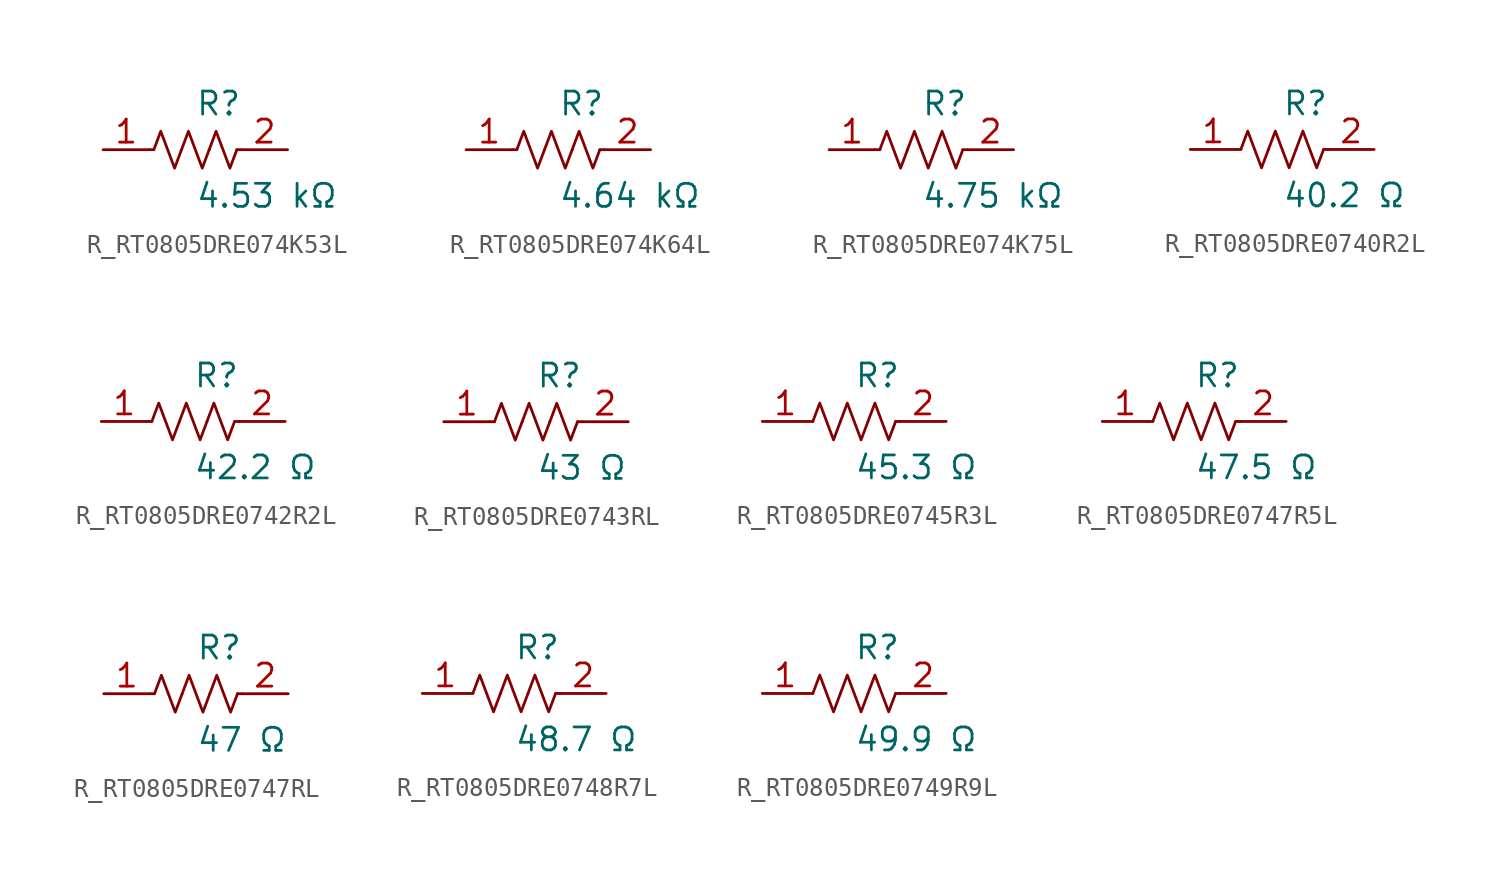
<source format=kicad_sym>
(kicad_symbol_lib
  (version 20231120)
  (generator kicad_symbol_editor)
  (generator_version 8.0)
  (symbol "R_RT0805DRE074K53L"
    (pin_names
      (offset 0.254))
    (property "Reference" "R"
      (at 0.0 2.54 0)
      (effects (font (size 1.27 1.27)) (justify left)))
    (property "Value" "4.53 kΩ"
      (at 0.0 -2.54 0)
      (effects (font (size 1.27 1.27)) (justify left)))
    (symbol "R_RT0805DRE074K53L_0_1"
      (polyline (pts (xy 2.286 0) (xy 2.54 0)) (stroke (width 0) (type default)) (fill (type none)))
      (polyline (pts (xy -2.286 0) (xy -2.54 0)) (stroke (width 0) (type default)) (fill (type none)))
      (polyline (pts (xy 0.762 0) (xy 1.143 1.016) (xy 1.524 0) (xy 1.905 -1.016) (xy 2.286 0)) (stroke (width 0) (type default)) (fill (type none)))
      (polyline (pts (xy -0.762 0) (xy -0.381 1.016) (xy 0 0) (xy 0.381 -1.016) (xy 0.762 0)) (stroke (width 0) (type default)) (fill (type none)))
      (polyline (pts (xy -2.286 0) (xy -1.905 1.016) (xy -1.524 0) (xy -1.143 -1.016) (xy -0.762 0)) (stroke (width 0) (type default)) (fill (type none))))
    (pin unspecified line
      (at -5.08 0 0)
      (length 2.54)
      (name "" (effects (font (size 1.27 1.27))))
      (number "1" (effects (font (size 1.27 1.27)))))
    (pin unspecified line
      (at 5.08 0 180)
      (length 2.54)
      (name "" (effects (font (size 1.27 1.27))))
      (number "2" (effects (font (size 1.27 1.27))))))
  (symbol "R_RT0805DRE074K64L"
    (pin_names
      (offset 0.254))
    (property "Reference" "R"
      (at 0.0 2.54 0)
      (effects (font (size 1.27 1.27)) (justify left)))
    (property "Value" "4.64 kΩ"
      (at 0.0 -2.54 0)
      (effects (font (size 1.27 1.27)) (justify left)))
    (symbol "R_RT0805DRE074K64L_0_1"
      (polyline (pts (xy 2.286 0) (xy 2.54 0)) (stroke (width 0) (type default)) (fill (type none)))
      (polyline (pts (xy -2.286 0) (xy -2.54 0)) (stroke (width 0) (type default)) (fill (type none)))
      (polyline (pts (xy 0.762 0) (xy 1.143 1.016) (xy 1.524 0) (xy 1.905 -1.016) (xy 2.286 0)) (stroke (width 0) (type default)) (fill (type none)))
      (polyline (pts (xy -0.762 0) (xy -0.381 1.016) (xy 0 0) (xy 0.381 -1.016) (xy 0.762 0)) (stroke (width 0) (type default)) (fill (type none)))
      (polyline (pts (xy -2.286 0) (xy -1.905 1.016) (xy -1.524 0) (xy -1.143 -1.016) (xy -0.762 0)) (stroke (width 0) (type default)) (fill (type none))))
    (pin unspecified line
      (at -5.08 0 0)
      (length 2.54)
      (name "" (effects (font (size 1.27 1.27))))
      (number "1" (effects (font (size 1.27 1.27)))))
    (pin unspecified line
      (at 5.08 0 180)
      (length 2.54)
      (name "" (effects (font (size 1.27 1.27))))
      (number "2" (effects (font (size 1.27 1.27))))))
  (symbol "R_RT0805DRE074K75L"
    (pin_names
      (offset 0.254))
    (property "Reference" "R"
      (at 0.0 2.54 0)
      (effects (font (size 1.27 1.27)) (justify left)))
    (property "Value" "4.75 kΩ"
      (at 0.0 -2.54 0)
      (effects (font (size 1.27 1.27)) (justify left)))
    (symbol "R_RT0805DRE074K75L_0_1"
      (polyline (pts (xy 2.286 0) (xy 2.54 0)) (stroke (width 0) (type default)) (fill (type none)))
      (polyline (pts (xy -2.286 0) (xy -2.54 0)) (stroke (width 0) (type default)) (fill (type none)))
      (polyline (pts (xy 0.762 0) (xy 1.143 1.016) (xy 1.524 0) (xy 1.905 -1.016) (xy 2.286 0)) (stroke (width 0) (type default)) (fill (type none)))
      (polyline (pts (xy -0.762 0) (xy -0.381 1.016) (xy 0 0) (xy 0.381 -1.016) (xy 0.762 0)) (stroke (width 0) (type default)) (fill (type none)))
      (polyline (pts (xy -2.286 0) (xy -1.905 1.016) (xy -1.524 0) (xy -1.143 -1.016) (xy -0.762 0)) (stroke (width 0) (type default)) (fill (type none))))
    (pin unspecified line
      (at -5.08 0 0)
      (length 2.54)
      (name "" (effects (font (size 1.27 1.27))))
      (number "1" (effects (font (size 1.27 1.27)))))
    (pin unspecified line
      (at 5.08 0 180)
      (length 2.54)
      (name "" (effects (font (size 1.27 1.27))))
      (number "2" (effects (font (size 1.27 1.27))))))
  (symbol "R_RT0805DRE0740R2L"
    (pin_names
      (offset 0.254))
    (property "Reference" "R"
      (at 0.0 2.54 0)
      (effects (font (size 1.27 1.27)) (justify left)))
    (property "Value" "40.2 Ω"
      (at 0.0 -2.54 0)
      (effects (font (size 1.27 1.27)) (justify left)))
    (symbol "R_RT0805DRE0740R2L_0_1"
      (polyline (pts (xy 2.286 0) (xy 2.54 0)) (stroke (width 0) (type default)) (fill (type none)))
      (polyline (pts (xy -2.286 0) (xy -2.54 0)) (stroke (width 0) (type default)) (fill (type none)))
      (polyline (pts (xy 0.762 0) (xy 1.143 1.016) (xy 1.524 0) (xy 1.905 -1.016) (xy 2.286 0)) (stroke (width 0) (type default)) (fill (type none)))
      (polyline (pts (xy -0.762 0) (xy -0.381 1.016) (xy 0 0) (xy 0.381 -1.016) (xy 0.762 0)) (stroke (width 0) (type default)) (fill (type none)))
      (polyline (pts (xy -2.286 0) (xy -1.905 1.016) (xy -1.524 0) (xy -1.143 -1.016) (xy -0.762 0)) (stroke (width 0) (type default)) (fill (type none))))
    (pin unspecified line
      (at -5.08 0 0)
      (length 2.54)
      (name "" (effects (font (size 1.27 1.27))))
      (number "1" (effects (font (size 1.27 1.27)))))
    (pin unspecified line
      (at 5.08 0 180)
      (length 2.54)
      (name "" (effects (font (size 1.27 1.27))))
      (number "2" (effects (font (size 1.27 1.27))))))
  (symbol "R_RT0805DRE0742R2L"
    (pin_names
      (offset 0.254))
    (property "Reference" "R"
      (at 0.0 2.54 0)
      (effects (font (size 1.27 1.27)) (justify left)))
    (property "Value" "42.2 Ω"
      (at 0.0 -2.54 0)
      (effects (font (size 1.27 1.27)) (justify left)))
    (symbol "R_RT0805DRE0742R2L_0_1"
      (polyline (pts (xy 2.286 0) (xy 2.54 0)) (stroke (width 0) (type default)) (fill (type none)))
      (polyline (pts (xy -2.286 0) (xy -2.54 0)) (stroke (width 0) (type default)) (fill (type none)))
      (polyline (pts (xy 0.762 0) (xy 1.143 1.016) (xy 1.524 0) (xy 1.905 -1.016) (xy 2.286 0)) (stroke (width 0) (type default)) (fill (type none)))
      (polyline (pts (xy -0.762 0) (xy -0.381 1.016) (xy 0 0) (xy 0.381 -1.016) (xy 0.762 0)) (stroke (width 0) (type default)) (fill (type none)))
      (polyline (pts (xy -2.286 0) (xy -1.905 1.016) (xy -1.524 0) (xy -1.143 -1.016) (xy -0.762 0)) (stroke (width 0) (type default)) (fill (type none))))
    (pin unspecified line
      (at -5.08 0 0)
      (length 2.54)
      (name "" (effects (font (size 1.27 1.27))))
      (number "1" (effects (font (size 1.27 1.27)))))
    (pin unspecified line
      (at 5.08 0 180)
      (length 2.54)
      (name "" (effects (font (size 1.27 1.27))))
      (number "2" (effects (font (size 1.27 1.27))))))
  (symbol "R_RT0805DRE0743RL"
    (pin_names
      (offset 0.254))
    (property "Reference" "R"
      (at 0.0 2.54 0)
      (effects (font (size 1.27 1.27)) (justify left)))
    (property "Value" "43 Ω"
      (at 0.0 -2.54 0)
      (effects (font (size 1.27 1.27)) (justify left)))
    (symbol "R_RT0805DRE0743RL_0_1"
      (polyline (pts (xy 2.286 0) (xy 2.54 0)) (stroke (width 0) (type default)) (fill (type none)))
      (polyline (pts (xy -2.286 0) (xy -2.54 0)) (stroke (width 0) (type default)) (fill (type none)))
      (polyline (pts (xy 0.762 0) (xy 1.143 1.016) (xy 1.524 0) (xy 1.905 -1.016) (xy 2.286 0)) (stroke (width 0) (type default)) (fill (type none)))
      (polyline (pts (xy -0.762 0) (xy -0.381 1.016) (xy 0 0) (xy 0.381 -1.016) (xy 0.762 0)) (stroke (width 0) (type default)) (fill (type none)))
      (polyline (pts (xy -2.286 0) (xy -1.905 1.016) (xy -1.524 0) (xy -1.143 -1.016) (xy -0.762 0)) (stroke (width 0) (type default)) (fill (type none))))
    (pin unspecified line
      (at -5.08 0 0)
      (length 2.54)
      (name "" (effects (font (size 1.27 1.27))))
      (number "1" (effects (font (size 1.27 1.27)))))
    (pin unspecified line
      (at 5.08 0 180)
      (length 2.54)
      (name "" (effects (font (size 1.27 1.27))))
      (number "2" (effects (font (size 1.27 1.27))))))
  (symbol "R_RT0805DRE0745R3L"
    (pin_names
      (offset 0.254))
    (property "Reference" "R"
      (at 0.0 2.54 0)
      (effects (font (size 1.27 1.27)) (justify left)))
    (property "Value" "45.3 Ω"
      (at 0.0 -2.54 0)
      (effects (font (size 1.27 1.27)) (justify left)))
    (symbol "R_RT0805DRE0745R3L_0_1"
      (polyline (pts (xy 2.286 0) (xy 2.54 0)) (stroke (width 0) (type default)) (fill (type none)))
      (polyline (pts (xy -2.286 0) (xy -2.54 0)) (stroke (width 0) (type default)) (fill (type none)))
      (polyline (pts (xy 0.762 0) (xy 1.143 1.016) (xy 1.524 0) (xy 1.905 -1.016) (xy 2.286 0)) (stroke (width 0) (type default)) (fill (type none)))
      (polyline (pts (xy -0.762 0) (xy -0.381 1.016) (xy 0 0) (xy 0.381 -1.016) (xy 0.762 0)) (stroke (width 0) (type default)) (fill (type none)))
      (polyline (pts (xy -2.286 0) (xy -1.905 1.016) (xy -1.524 0) (xy -1.143 -1.016) (xy -0.762 0)) (stroke (width 0) (type default)) (fill (type none))))
    (pin unspecified line
      (at -5.08 0 0)
      (length 2.54)
      (name "" (effects (font (size 1.27 1.27))))
      (number "1" (effects (font (size 1.27 1.27)))))
    (pin unspecified line
      (at 5.08 0 180)
      (length 2.54)
      (name "" (effects (font (size 1.27 1.27))))
      (number "2" (effects (font (size 1.27 1.27))))))
  (symbol "R_RT0805DRE0747R5L"
    (pin_names
      (offset 0.254))
    (property "Reference" "R"
      (at 0.0 2.54 0)
      (effects (font (size 1.27 1.27)) (justify left)))
    (property "Value" "47.5 Ω"
      (at 0.0 -2.54 0)
      (effects (font (size 1.27 1.27)) (justify left)))
    (symbol "R_RT0805DRE0747R5L_0_1"
      (polyline (pts (xy 2.286 0) (xy 2.54 0)) (stroke (width 0) (type default)) (fill (type none)))
      (polyline (pts (xy -2.286 0) (xy -2.54 0)) (stroke (width 0) (type default)) (fill (type none)))
      (polyline (pts (xy 0.762 0) (xy 1.143 1.016) (xy 1.524 0) (xy 1.905 -1.016) (xy 2.286 0)) (stroke (width 0) (type default)) (fill (type none)))
      (polyline (pts (xy -0.762 0) (xy -0.381 1.016) (xy 0 0) (xy 0.381 -1.016) (xy 0.762 0)) (stroke (width 0) (type default)) (fill (type none)))
      (polyline (pts (xy -2.286 0) (xy -1.905 1.016) (xy -1.524 0) (xy -1.143 -1.016) (xy -0.762 0)) (stroke (width 0) (type default)) (fill (type none))))
    (pin unspecified line
      (at -5.08 0 0)
      (length 2.54)
      (name "" (effects (font (size 1.27 1.27))))
      (number "1" (effects (font (size 1.27 1.27)))))
    (pin unspecified line
      (at 5.08 0 180)
      (length 2.54)
      (name "" (effects (font (size 1.27 1.27))))
      (number "2" (effects (font (size 1.27 1.27))))))
  (symbol "R_RT0805DRE0747RL"
    (pin_names
      (offset 0.254))
    (property "Reference" "R"
      (at 0.0 2.54 0)
      (effects (font (size 1.27 1.27)) (justify left)))
    (property "Value" "47 Ω"
      (at 0.0 -2.54 0)
      (effects (font (size 1.27 1.27)) (justify left)))
    (symbol "R_RT0805DRE0747RL_0_1"
      (polyline (pts (xy 2.286 0) (xy 2.54 0)) (stroke (width 0) (type default)) (fill (type none)))
      (polyline (pts (xy -2.286 0) (xy -2.54 0)) (stroke (width 0) (type default)) (fill (type none)))
      (polyline (pts (xy 0.762 0) (xy 1.143 1.016) (xy 1.524 0) (xy 1.905 -1.016) (xy 2.286 0)) (stroke (width 0) (type default)) (fill (type none)))
      (polyline (pts (xy -0.762 0) (xy -0.381 1.016) (xy 0 0) (xy 0.381 -1.016) (xy 0.762 0)) (stroke (width 0) (type default)) (fill (type none)))
      (polyline (pts (xy -2.286 0) (xy -1.905 1.016) (xy -1.524 0) (xy -1.143 -1.016) (xy -0.762 0)) (stroke (width 0) (type default)) (fill (type none))))
    (pin unspecified line
      (at -5.08 0 0)
      (length 2.54)
      (name "" (effects (font (size 1.27 1.27))))
      (number "1" (effects (font (size 1.27 1.27)))))
    (pin unspecified line
      (at 5.08 0 180)
      (length 2.54)
      (name "" (effects (font (size 1.27 1.27))))
      (number "2" (effects (font (size 1.27 1.27))))))
  (symbol "R_RT0805DRE0748R7L"
    (pin_names
      (offset 0.254))
    (property "Reference" "R"
      (at 0.0 2.54 0)
      (effects (font (size 1.27 1.27)) (justify left)))
    (property "Value" "48.7 Ω"
      (at 0.0 -2.54 0)
      (effects (font (size 1.27 1.27)) (justify left)))
    (symbol "R_RT0805DRE0748R7L_0_1"
      (polyline (pts (xy 2.286 0) (xy 2.54 0)) (stroke (width 0) (type default)) (fill (type none)))
      (polyline (pts (xy -2.286 0) (xy -2.54 0)) (stroke (width 0) (type default)) (fill (type none)))
      (polyline (pts (xy 0.762 0) (xy 1.143 1.016) (xy 1.524 0) (xy 1.905 -1.016) (xy 2.286 0)) (stroke (width 0) (type default)) (fill (type none)))
      (polyline (pts (xy -0.762 0) (xy -0.381 1.016) (xy 0 0) (xy 0.381 -1.016) (xy 0.762 0)) (stroke (width 0) (type default)) (fill (type none)))
      (polyline (pts (xy -2.286 0) (xy -1.905 1.016) (xy -1.524 0) (xy -1.143 -1.016) (xy -0.762 0)) (stroke (width 0) (type default)) (fill (type none))))
    (pin unspecified line
      (at -5.08 0 0)
      (length 2.54)
      (name "" (effects (font (size 1.27 1.27))))
      (number "1" (effects (font (size 1.27 1.27)))))
    (pin unspecified line
      (at 5.08 0 180)
      (length 2.54)
      (name "" (effects (font (size 1.27 1.27))))
      (number "2" (effects (font (size 1.27 1.27))))))
  (symbol "R_RT0805DRE0749R9L"
    (pin_names
      (offset 0.254))
    (property "Reference" "R"
      (at 0.0 2.54 0)
      (effects (font (size 1.27 1.27)) (justify left)))
    (property "Value" "49.9 Ω"
      (at 0.0 -2.54 0)
      (effects (font (size 1.27 1.27)) (justify left)))
    (symbol "R_RT0805DRE0749R9L_0_1"
      (polyline (pts (xy 2.286 0) (xy 2.54 0)) (stroke (width 0) (type default)) (fill (type none)))
      (polyline (pts (xy -2.286 0) (xy -2.54 0)) (stroke (width 0) (type default)) (fill (type none)))
      (polyline (pts (xy 0.762 0) (xy 1.143 1.016) (xy 1.524 0) (xy 1.905 -1.016) (xy 2.286 0)) (stroke (width 0) (type default)) (fill (type none)))
      (polyline (pts (xy -0.762 0) (xy -0.381 1.016) (xy 0 0) (xy 0.381 -1.016) (xy 0.762 0)) (stroke (width 0) (type default)) (fill (type none)))
      (polyline (pts (xy -2.286 0) (xy -1.905 1.016) (xy -1.524 0) (xy -1.143 -1.016) (xy -0.762 0)) (stroke (width 0) (type default)) (fill (type none))))
    (pin unspecified line
      (at -5.08 0 0)
      (length 2.54)
      (name "" (effects (font (size 1.27 1.27))))
      (number "1" (effects (font (size 1.27 1.27)))))
    (pin unspecified line
      (at 5.08 0 180)
      (length 2.54)
      (name "" (effects (font (size 1.27 1.27))))
      (number "2" (effects (font (size 1.27 1.27)))))))
</source>
